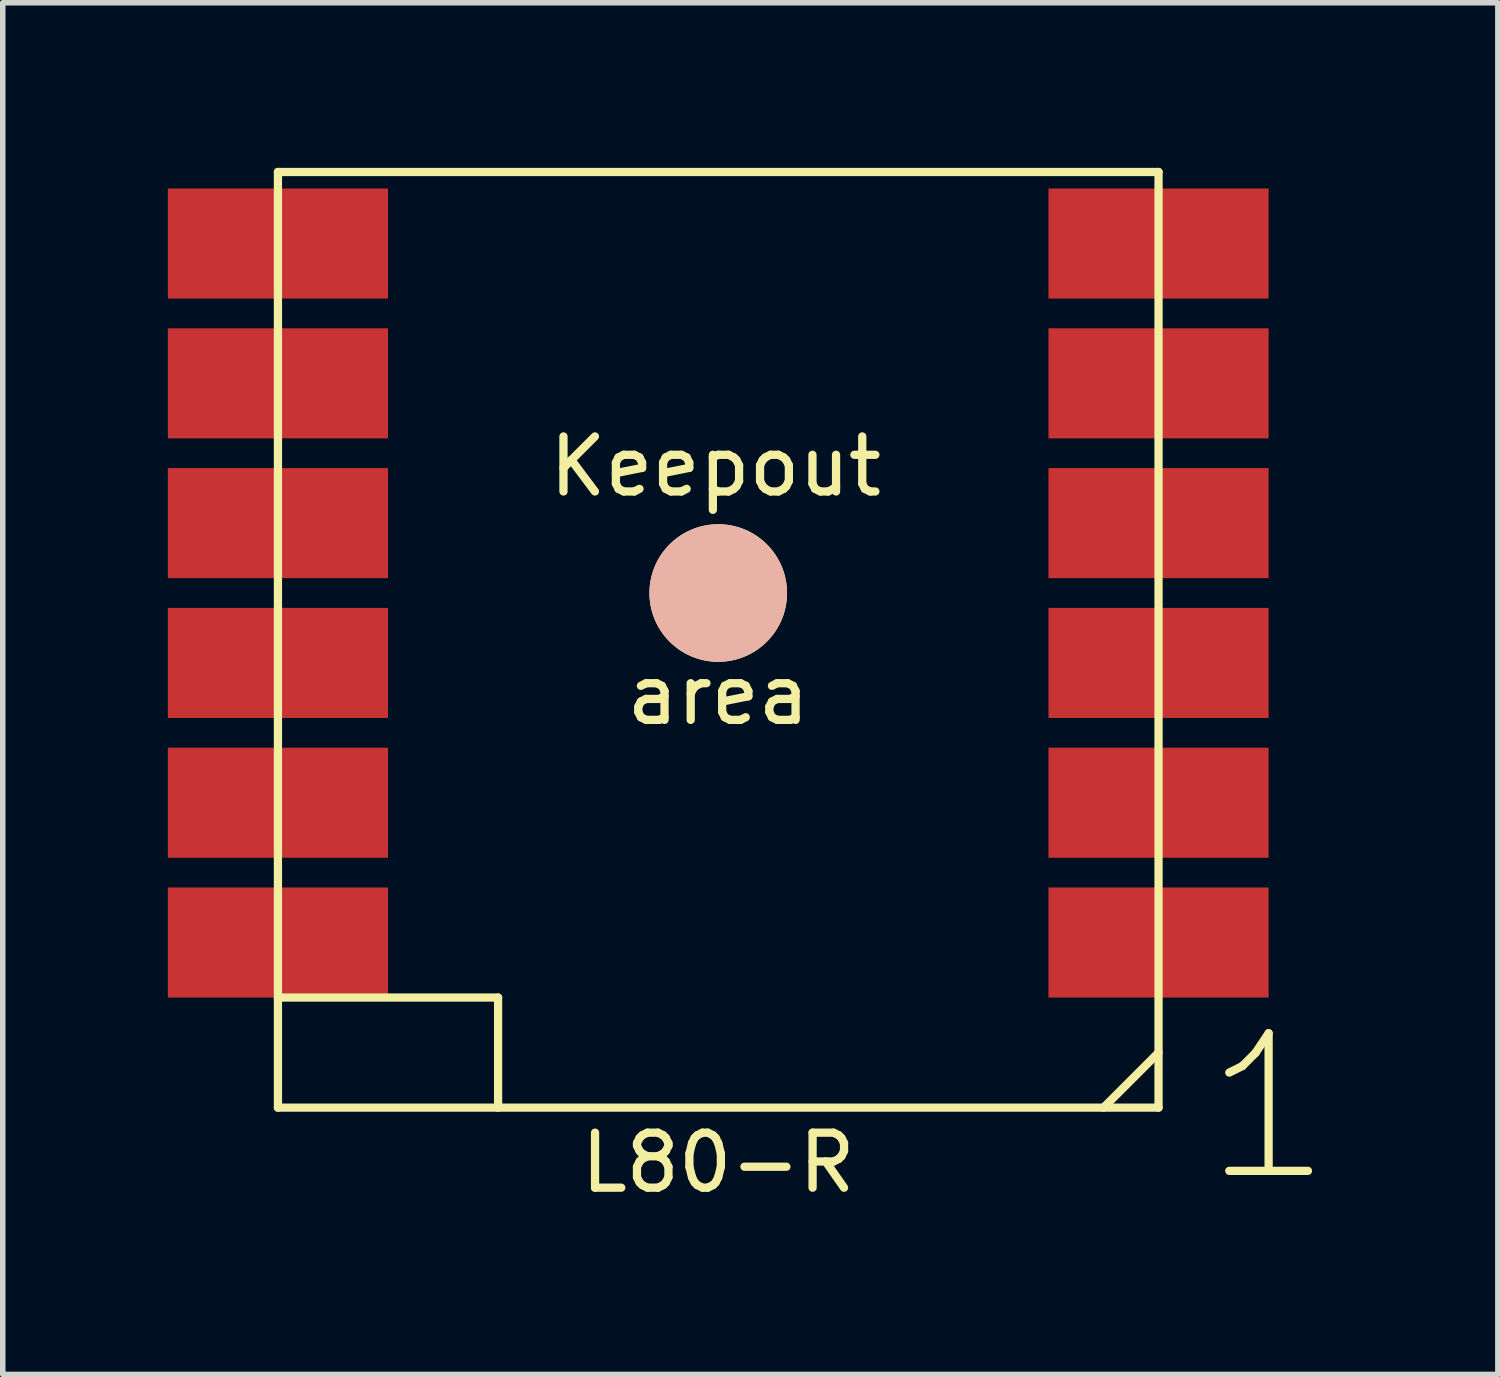
<source format=kicad_pcb>
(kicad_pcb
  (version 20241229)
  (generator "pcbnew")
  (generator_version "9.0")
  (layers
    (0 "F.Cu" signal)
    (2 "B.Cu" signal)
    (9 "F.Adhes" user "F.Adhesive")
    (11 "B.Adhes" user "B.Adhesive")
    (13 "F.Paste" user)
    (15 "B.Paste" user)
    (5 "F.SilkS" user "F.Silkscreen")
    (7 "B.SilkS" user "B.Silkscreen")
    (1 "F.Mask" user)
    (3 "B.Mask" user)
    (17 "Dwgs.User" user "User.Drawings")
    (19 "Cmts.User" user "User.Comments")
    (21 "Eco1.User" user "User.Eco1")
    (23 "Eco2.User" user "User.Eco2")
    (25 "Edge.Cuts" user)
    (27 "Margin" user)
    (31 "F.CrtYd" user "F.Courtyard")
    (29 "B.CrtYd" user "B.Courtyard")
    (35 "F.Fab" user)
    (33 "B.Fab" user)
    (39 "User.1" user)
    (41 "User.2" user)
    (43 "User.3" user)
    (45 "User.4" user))
  (footprint "L80-R"
    (layer "F.Cu")
    (at 10 14.075)
    (property "Reference" "L80-R" (at 0 4 0) (layer "F.SilkS") (effects (font (size 1 1) (thickness 0.15))))
    (attr through_hole)
    (fp_line (start -8 -14) (end -8 3) (stroke (width 0.15) (type solid)) (layer "F.SilkS"))
    (fp_line (start -8 3) (end 8 3) (stroke (width 0.15) (type solid)) (layer "F.SilkS"))
    (fp_line (start -4 1) (end -8 1) (stroke (width 0.15) (type solid)) (layer "F.SilkS"))
    (fp_line (start -4 3) (end -4 1) (stroke (width 0.15) (type solid)) (layer "F.SilkS"))
    (fp_line (start 8 -14) (end -8 -14) (stroke (width 0.15) (type solid)) (layer "F.SilkS"))
    (fp_line (start 8 2) (end 7 3) (stroke (width 0.15) (type solid)) (layer "F.SilkS"))
    (fp_line (start 8 3) (end 8 -14) (stroke (width 0.15) (type solid)) (layer "F.SilkS"))
    (fp_text user "Keepout" (at -0.05 -8.65 0) (layer "F.SilkS") (effects (font (size 1 1) (thickness 0.15))))
    (fp_text user "1" (at 10 3 0) (layer "F.SilkS") (effects (font (size 2.5 2.5) (thickness 0.15))))
    (fp_text user "area" (at 0 -4.5 0) (layer "F.SilkS") (effects (font (size 1 1) (thickness 0.15))))
    (pad "" smd circle (at 0 -6.35) (size 2.5 2.5) (layers "*.SilkS"))
    (pad "1" smd rect (at 8 0) (size 4 2) (layers "F.Cu" "F.Mask" "F.Paste"))
    (pad "2" smd rect (at 8 -2.54) (size 4 2) (layers "F.Cu" "F.Mask" "F.Paste"))
    (pad "3" smd rect (at 8 -5.08) (size 4 2) (layers "F.Cu" "F.Mask" "F.Paste"))
    (pad "4" smd rect (at 8 -7.62) (size 4 2) (layers "F.Cu" "F.Mask" "F.Paste"))
    (pad "5" smd rect (at 8 -10.16) (size 4 2) (layers "F.Cu" "F.Mask" "F.Paste"))
    (pad "6" smd rect (at 8 -12.7) (size 4 2) (layers "F.Cu" "F.Mask" "F.Paste"))
    (pad "7" smd rect (at -8 -12.7) (size 4 2) (layers "F.Cu" "F.Mask" "F.Paste"))
    (pad "8" smd rect (at -8 -10.16) (size 4 2) (layers "F.Cu" "F.Mask" "F.Paste"))
    (pad "9" smd rect (at -8 -7.62) (size 4 2) (layers "F.Cu" "F.Mask" "F.Paste"))
    (pad "10" smd rect (at -8 -5.08) (size 4 2) (layers "F.Cu" "F.Mask" "F.Paste"))
    (pad "11" smd rect (at -8 -2.54) (size 4 2) (layers "F.Cu" "F.Mask" "F.Paste"))
    (pad "12" smd rect (at -8 0) (size 4 2) (layers "F.Cu" "F.Mask" "F.Paste")))
  (gr_rect
    (start -3 -3)
    (end 24.165 21.923)
    (stroke (width 0.1) (type default))
    (fill no)
    (layer "Edge.Cuts")))
</source>
